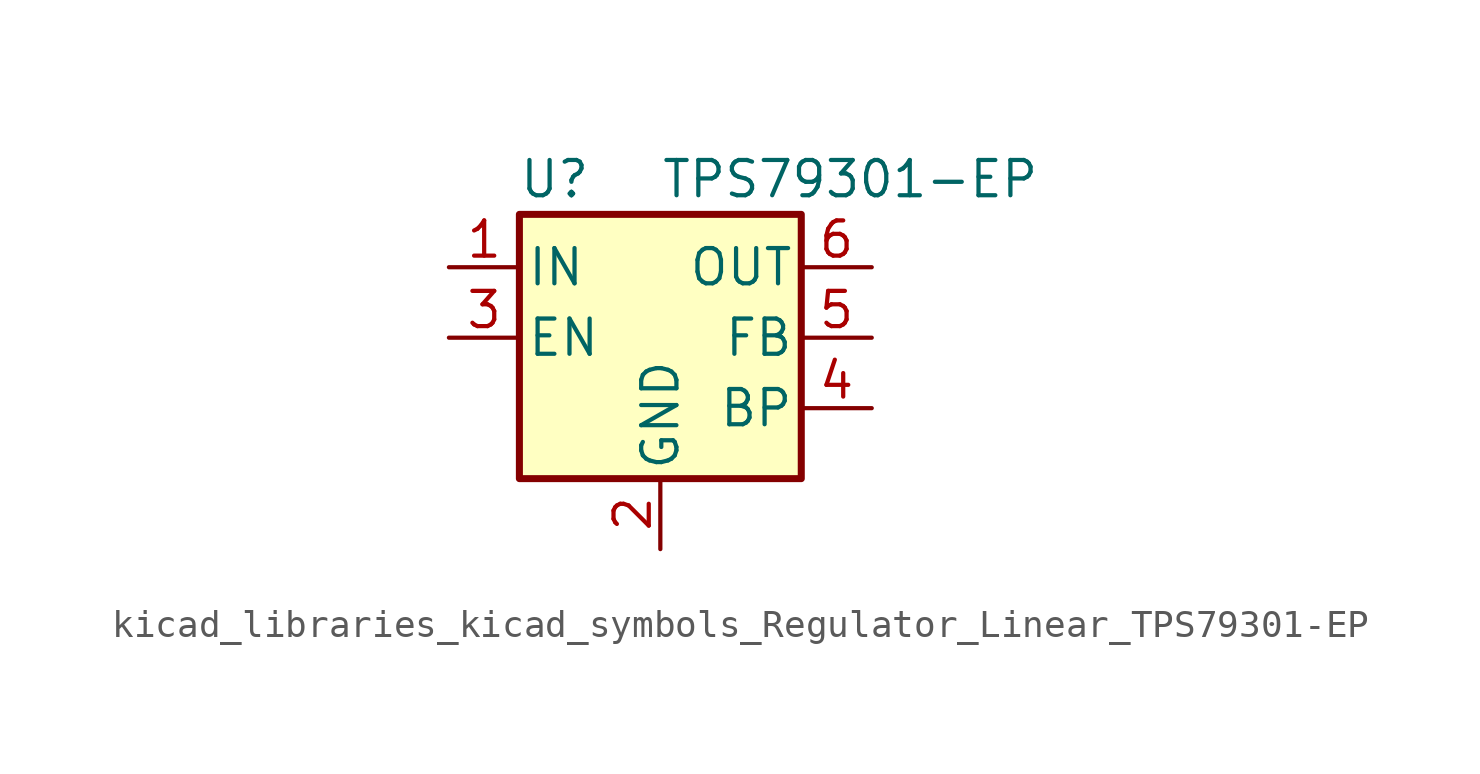
<source format=kicad_sym>
(kicad_symbol_lib
  (version 20220914)
  (generator kicad_symbol_editor)
  (symbol "kicad_libraries_kicad_symbols_Regulator_Linear_TPS79301-EP"
    (pin_names
      (offset 0.254))
    (property "Reference" "U"
      (at -3.81 5.715 0)
      (effects (font (size 1.27 1.27))))
    (property "Value" "TPS79301-EP"
      (at 0 5.715 0)
      (effects (font (size 1.27 1.27)) (justify left)))
    (symbol "kicad_libraries_kicad_symbols_Regulator_Linear_TPS79301-EP_1_1"
      (rectangle (start 5.08 -5.08) (end -5.08 4.445) (stroke (width 0.254) (type default)) (fill (type background)))
      (pin power_in line (at -7.62 2.54 0) (length 2.54) (name "IN" (effects (font (size 1.27 1.27)))) (number "1" (effects (font (size 1.27 1.27)))))
      (pin power_in line (at 0 -7.62 90) (length 2.54) (name "GND" (effects (font (size 1.27 1.27)))) (number "2" (effects (font (size 1.27 1.27)))))
      (pin input line (at -7.62 0 0) (length 2.54) (name "EN" (effects (font (size 1.27 1.27)))) (number "3" (effects (font (size 1.27 1.27)))))
      (pin passive line (at 7.62 -2.54 180) (length 2.54) (name "BP" (effects (font (size 1.27 1.27)))) (number "4" (effects (font (size 1.27 1.27)))))
      (pin input line (at 7.62 0 180) (length 2.54) (name "FB" (effects (font (size 1.27 1.27)))) (number "5" (effects (font (size 1.27 1.27)))))
      (pin power_out line (at 7.62 2.54 180) (length 2.54) (name "OUT" (effects (font (size 1.27 1.27)))) (number "6" (effects (font (size 1.27 1.27))))))))
</source>
